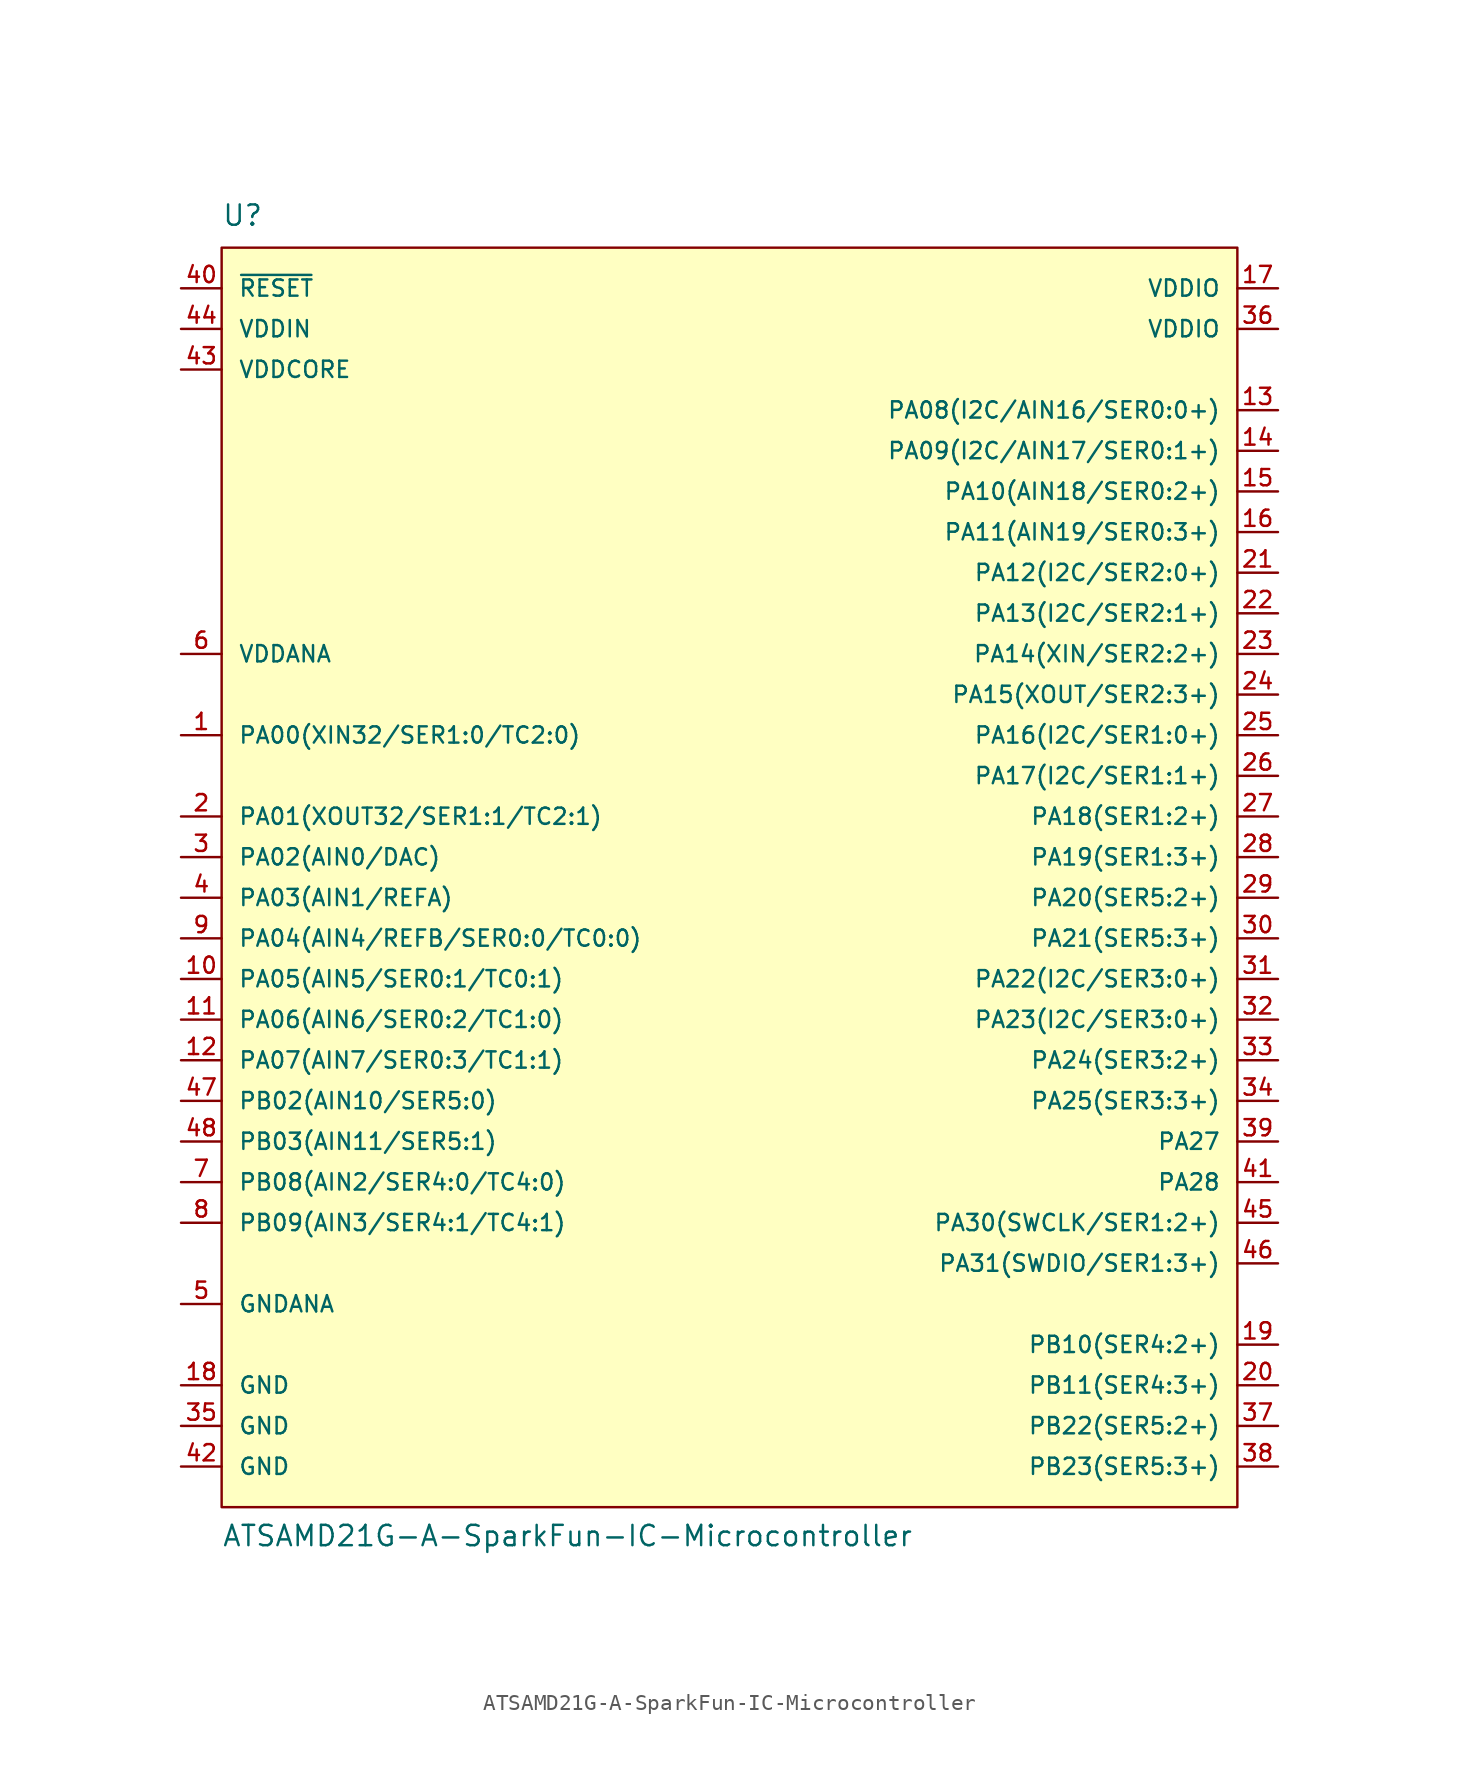
<source format=kicad_sym>
(kicad_symbol_lib
  (version 20211014)
  (generator kicad_symbol_editor)
  (symbol "ATSAMD21G-A-SparkFun-IC-Microcontroller"
    (pin_names
      (offset 1.016))
    (property "Reference" "U"
      (at -31.75 40.64 0)
      (effects (font (size 1.27 1.27)) (justify left bottom)))
    (property "Value" "ATSAMD21G-A-SparkFun-IC-Microcontroller"
      (at -31.75 -41.91 0)
      (effects (font (size 1.27 1.27)) (justify left bottom)))
    (symbol "ATSAMD21G-A-SparkFun-IC-Microcontroller_1_1"
      (polyline (pts (xy -31.75 39.37) (xy -31.75 -39.37) (xy 31.75 -39.37) (xy 31.75 39.37) (xy -31.75 39.37)) (stroke (width 0) (type default) (color 0 0 0 0)) (fill (type background)))
      (pin bidirectional line (at -34.29 8.89 0) (length 2.54) (name "PA00(XIN32/SER1:0/TC2:0)" (effects (font (size 1.016 1.016)))) (number "1" (effects (font (size 1.016 1.016)))))
      (pin bidirectional line (at -34.29 -6.35 0) (length 2.54) (name "PA05(AIN5/SER0:1/TC0:1)" (effects (font (size 1.016 1.016)))) (number "10" (effects (font (size 1.016 1.016)))))
      (pin bidirectional line (at -34.29 -8.89 0) (length 2.54) (name "PA06(AIN6/SER0:2/TC1:0)" (effects (font (size 1.016 1.016)))) (number "11" (effects (font (size 1.016 1.016)))))
      (pin bidirectional line (at -34.29 -11.43 0) (length 2.54) (name "PA07(AIN7/SER0:3/TC1:1)" (effects (font (size 1.016 1.016)))) (number "12" (effects (font (size 1.016 1.016)))))
      (pin bidirectional line (at 34.29 29.21 180) (length 2.54) (name "PA08(I2C/AIN16/SER0:0+)" (effects (font (size 1.016 1.016)))) (number "13" (effects (font (size 1.016 1.016)))))
      (pin bidirectional line (at 34.29 26.67 180) (length 2.54) (name "PA09(I2C/AIN17/SER0:1+)" (effects (font (size 1.016 1.016)))) (number "14" (effects (font (size 1.016 1.016)))))
      (pin bidirectional line (at 34.29 24.13 180) (length 2.54) (name "PA10(AIN18/SER0:2+)" (effects (font (size 1.016 1.016)))) (number "15" (effects (font (size 1.016 1.016)))))
      (pin bidirectional line (at 34.29 21.59 180) (length 2.54) (name "PA11(AIN19/SER0:3+)" (effects (font (size 1.016 1.016)))) (number "16" (effects (font (size 1.016 1.016)))))
      (pin bidirectional line (at 34.29 36.83 180) (length 2.54) (name "VDDIO" (effects (font (size 1.016 1.016)))) (number "17" (effects (font (size 1.016 1.016)))))
      (pin bidirectional line (at -34.29 -31.75 0) (length 2.54) (name "GND" (effects (font (size 1.016 1.016)))) (number "18" (effects (font (size 1.016 1.016)))))
      (pin bidirectional line (at 34.29 -29.21 180) (length 2.54) (name "PB10(SER4:2+)" (effects (font (size 1.016 1.016)))) (number "19" (effects (font (size 1.016 1.016)))))
      (pin bidirectional line (at -34.29 3.81 0) (length 2.54) (name "PA01(XOUT32/SER1:1/TC2:1)" (effects (font (size 1.016 1.016)))) (number "2" (effects (font (size 1.016 1.016)))))
      (pin bidirectional line (at 34.29 -31.75 180) (length 2.54) (name "PB11(SER4:3+)" (effects (font (size 1.016 1.016)))) (number "20" (effects (font (size 1.016 1.016)))))
      (pin bidirectional line (at 34.29 19.05 180) (length 2.54) (name "PA12(I2C/SER2:0+)" (effects (font (size 1.016 1.016)))) (number "21" (effects (font (size 1.016 1.016)))))
      (pin bidirectional line (at 34.29 16.51 180) (length 2.54) (name "PA13(I2C/SER2:1+)" (effects (font (size 1.016 1.016)))) (number "22" (effects (font (size 1.016 1.016)))))
      (pin bidirectional line (at 34.29 13.97 180) (length 2.54) (name "PA14(XIN/SER2:2+)" (effects (font (size 1.016 1.016)))) (number "23" (effects (font (size 1.016 1.016)))))
      (pin bidirectional line (at 34.29 11.43 180) (length 2.54) (name "PA15(XOUT/SER2:3+)" (effects (font (size 1.016 1.016)))) (number "24" (effects (font (size 1.016 1.016)))))
      (pin bidirectional line (at 34.29 8.89 180) (length 2.54) (name "PA16(I2C/SER1:0+)" (effects (font (size 1.016 1.016)))) (number "25" (effects (font (size 1.016 1.016)))))
      (pin bidirectional line (at 34.29 6.35 180) (length 2.54) (name "PA17(I2C/SER1:1+)" (effects (font (size 1.016 1.016)))) (number "26" (effects (font (size 1.016 1.016)))))
      (pin bidirectional line (at 34.29 3.81 180) (length 2.54) (name "PA18(SER1:2+)" (effects (font (size 1.016 1.016)))) (number "27" (effects (font (size 1.016 1.016)))))
      (pin bidirectional line (at 34.29 1.27 180) (length 2.54) (name "PA19(SER1:3+)" (effects (font (size 1.016 1.016)))) (number "28" (effects (font (size 1.016 1.016)))))
      (pin bidirectional line (at 34.29 -1.27 180) (length 2.54) (name "PA20(SER5:2+)" (effects (font (size 1.016 1.016)))) (number "29" (effects (font (size 1.016 1.016)))))
      (pin bidirectional line (at -34.29 1.27 0) (length 2.54) (name "PA02(AIN0/DAC)" (effects (font (size 1.016 1.016)))) (number "3" (effects (font (size 1.016 1.016)))))
      (pin bidirectional line (at 34.29 -3.81 180) (length 2.54) (name "PA21(SER5:3+)" (effects (font (size 1.016 1.016)))) (number "30" (effects (font (size 1.016 1.016)))))
      (pin bidirectional line (at 34.29 -6.35 180) (length 2.54) (name "PA22(I2C/SER3:0+)" (effects (font (size 1.016 1.016)))) (number "31" (effects (font (size 1.016 1.016)))))
      (pin bidirectional line (at 34.29 -8.89 180) (length 2.54) (name "PA23(I2C/SER3:0+)" (effects (font (size 1.016 1.016)))) (number "32" (effects (font (size 1.016 1.016)))))
      (pin bidirectional line (at 34.29 -11.43 180) (length 2.54) (name "PA24(SER3:2+)" (effects (font (size 1.016 1.016)))) (number "33" (effects (font (size 1.016 1.016)))))
      (pin bidirectional line (at 34.29 -13.97 180) (length 2.54) (name "PA25(SER3:3+)" (effects (font (size 1.016 1.016)))) (number "34" (effects (font (size 1.016 1.016)))))
      (pin bidirectional line (at -34.29 -34.29 0) (length 2.54) (name "GND" (effects (font (size 1.016 1.016)))) (number "35" (effects (font (size 1.016 1.016)))))
      (pin bidirectional line (at 34.29 34.29 180) (length 2.54) (name "VDDIO" (effects (font (size 1.016 1.016)))) (number "36" (effects (font (size 1.016 1.016)))))
      (pin bidirectional line (at 34.29 -34.29 180) (length 2.54) (name "PB22(SER5:2+)" (effects (font (size 1.016 1.016)))) (number "37" (effects (font (size 1.016 1.016)))))
      (pin bidirectional line (at 34.29 -36.83 180) (length 2.54) (name "PB23(SER5:3+)" (effects (font (size 1.016 1.016)))) (number "38" (effects (font (size 1.016 1.016)))))
      (pin bidirectional line (at 34.29 -16.51 180) (length 2.54) (name "PA27" (effects (font (size 1.016 1.016)))) (number "39" (effects (font (size 1.016 1.016)))))
      (pin bidirectional line (at -34.29 -1.27 0) (length 2.54) (name "PA03(AIN1/REFA)" (effects (font (size 1.016 1.016)))) (number "4" (effects (font (size 1.016 1.016)))))
      (pin bidirectional line (at -34.29 36.83 0) (length 2.54) (name "~{RESET}" (effects (font (size 1.016 1.016)))) (number "40" (effects (font (size 1.016 1.016)))))
      (pin bidirectional line (at 34.29 -19.05 180) (length 2.54) (name "PA28" (effects (font (size 1.016 1.016)))) (number "41" (effects (font (size 1.016 1.016)))))
      (pin bidirectional line (at -34.29 -36.83 0) (length 2.54) (name "GND" (effects (font (size 1.016 1.016)))) (number "42" (effects (font (size 1.016 1.016)))))
      (pin bidirectional line (at -34.29 31.75 0) (length 2.54) (name "VDDCORE" (effects (font (size 1.016 1.016)))) (number "43" (effects (font (size 1.016 1.016)))))
      (pin bidirectional line (at -34.29 34.29 0) (length 2.54) (name "VDDIN" (effects (font (size 1.016 1.016)))) (number "44" (effects (font (size 1.016 1.016)))))
      (pin bidirectional line (at 34.29 -21.59 180) (length 2.54) (name "PA30(SWCLK/SER1:2+)" (effects (font (size 1.016 1.016)))) (number "45" (effects (font (size 1.016 1.016)))))
      (pin bidirectional line (at 34.29 -24.13 180) (length 2.54) (name "PA31(SWDIO/SER1:3+)" (effects (font (size 1.016 1.016)))) (number "46" (effects (font (size 1.016 1.016)))))
      (pin bidirectional line (at -34.29 -13.97 0) (length 2.54) (name "PB02(AIN10/SER5:0)" (effects (font (size 1.016 1.016)))) (number "47" (effects (font (size 1.016 1.016)))))
      (pin bidirectional line (at -34.29 -16.51 0) (length 2.54) (name "PB03(AIN11/SER5:1)" (effects (font (size 1.016 1.016)))) (number "48" (effects (font (size 1.016 1.016)))))
      (pin bidirectional line (at -34.29 -26.67 0) (length 2.54) (name "GNDANA" (effects (font (size 1.016 1.016)))) (number "5" (effects (font (size 1.016 1.016)))))
      (pin bidirectional line (at -34.29 13.97 0) (length 2.54) (name "VDDANA" (effects (font (size 1.016 1.016)))) (number "6" (effects (font (size 1.016 1.016)))))
      (pin bidirectional line (at -34.29 -19.05 0) (length 2.54) (name "PB08(AIN2/SER4:0/TC4:0)" (effects (font (size 1.016 1.016)))) (number "7" (effects (font (size 1.016 1.016)))))
      (pin bidirectional line (at -34.29 -21.59 0) (length 2.54) (name "PB09(AIN3/SER4:1/TC4:1)" (effects (font (size 1.016 1.016)))) (number "8" (effects (font (size 1.016 1.016)))))
      (pin bidirectional line (at -34.29 -3.81 0) (length 2.54) (name "PA04(AIN4/REFB/SER0:0/TC0:0)" (effects (font (size 1.016 1.016)))) (number "9" (effects (font (size 1.016 1.016))))))))
</source>
